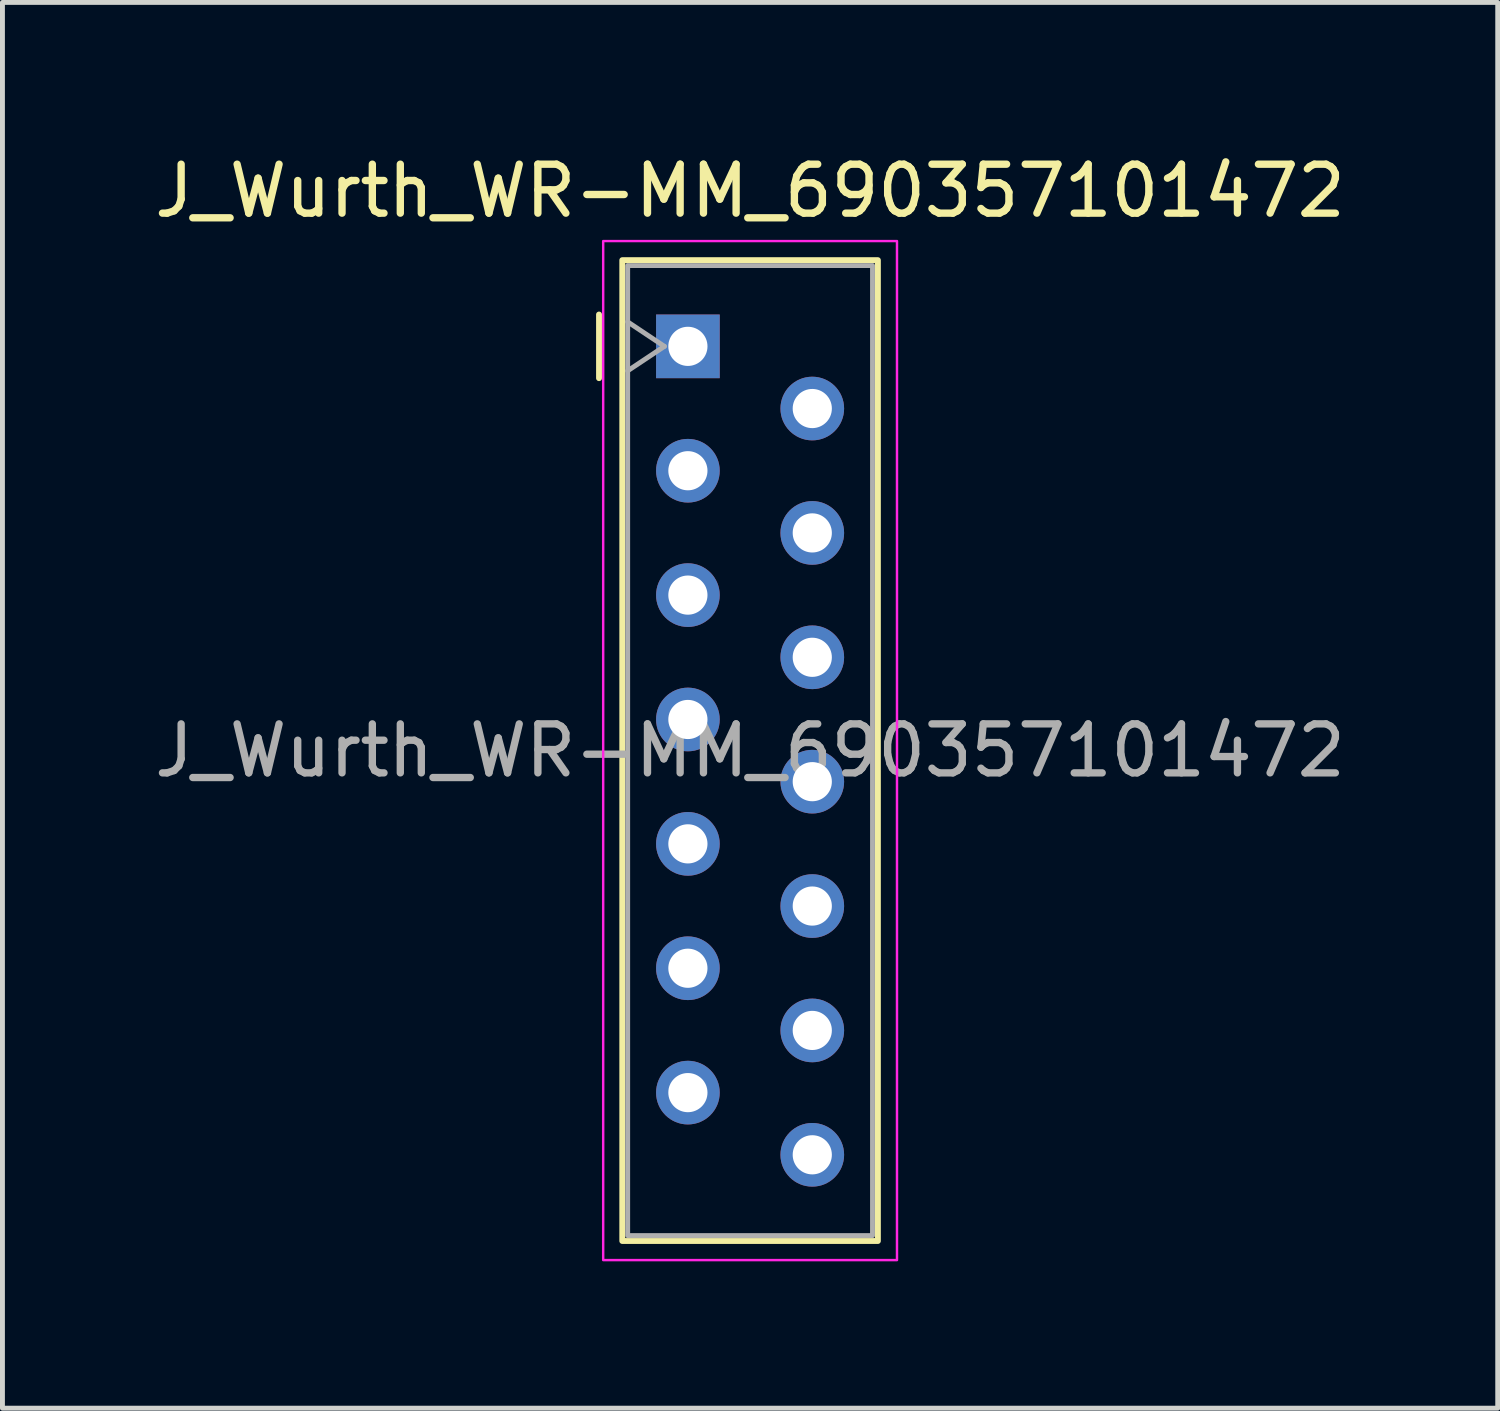
<source format=kicad_pcb>
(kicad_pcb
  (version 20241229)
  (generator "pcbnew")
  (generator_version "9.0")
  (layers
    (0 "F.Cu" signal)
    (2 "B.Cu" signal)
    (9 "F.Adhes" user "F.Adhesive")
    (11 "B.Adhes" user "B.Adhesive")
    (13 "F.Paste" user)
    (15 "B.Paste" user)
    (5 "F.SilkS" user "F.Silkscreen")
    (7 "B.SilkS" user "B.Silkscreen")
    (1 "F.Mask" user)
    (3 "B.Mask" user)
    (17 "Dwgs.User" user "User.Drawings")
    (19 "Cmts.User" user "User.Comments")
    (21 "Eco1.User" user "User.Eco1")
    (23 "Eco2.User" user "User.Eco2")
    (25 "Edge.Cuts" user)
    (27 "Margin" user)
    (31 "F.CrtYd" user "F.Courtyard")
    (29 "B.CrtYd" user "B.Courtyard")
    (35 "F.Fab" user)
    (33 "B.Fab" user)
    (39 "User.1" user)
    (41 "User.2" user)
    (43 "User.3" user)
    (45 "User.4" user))
  (footprint "J_Wurth_WR-MM_690357101472"
    (layer "F.Cu")
    (at 10.998 4.023)
    (property "Reference" "J_Wurth_WR-MM_690357101472" (at 1.27 -3.175 0) (unlocked yes) (layer "F.SilkS") (effects (font (size 1 1) (thickness 0.15))))
    (attr through_hole)
    (fp_line (start -1.815 -0.65) (end -1.815 0.65) (stroke (width 0.12) (type solid)) (layer "F.SilkS"))
    (fp_rect (start -1.34 -1.76) (end 3.88 18.27) (stroke (width 0.12) (type solid)) (fill no) (layer "F.SilkS"))
    (fp_rect (start -1.73 -2.15) (end 4.27 18.66) (stroke (width 0.05) (type solid)) (fill no) (layer "F.CrtYd"))
    (fp_line (start -0.48 0) (end -1.23 -0.5) (stroke (width 0.1) (type solid)) (layer "F.Fab"))
    (fp_line (start -0.48 0) (end -1.23 0.5) (stroke (width 0.1) (type solid)) (layer "F.Fab"))
    (fp_rect (start -1.23 -1.65) (end 3.77 18.16) (stroke (width 0.1) (type solid)) (fill no) (layer "F.Fab"))
    (fp_text user "${REFERENCE}" (at 1.27 8.255 0) (unlocked yes) (layer "F.Fab") (effects (font (size 1 1) (thickness 0.15))))
    (pad "1" thru_hole rect (at 0 0 90) (size 1.3 1.3) (drill 0.8) (layers "*.Cu" "*.Mask"))
    (pad "2" thru_hole circle (at 2.54 1.27 90) (size 1.3 1.3) (drill 0.8) (layers "*.Cu" "*.Mask"))
    (pad "3" thru_hole circle (at 0 2.54 90) (size 1.3 1.3) (drill 0.8) (layers "*.Cu" "*.Mask"))
    (pad "4" thru_hole circle (at 2.54 3.81 90) (size 1.3 1.3) (drill 0.8) (layers "*.Cu" "*.Mask"))
    (pad "5" thru_hole circle (at 0 5.08 90) (size 1.3 1.3) (drill 0.8) (layers "*.Cu" "*.Mask"))
    (pad "6" thru_hole circle (at 2.54 6.35 90) (size 1.3 1.3) (drill 0.8) (layers "*.Cu" "*.Mask"))
    (pad "7" thru_hole circle (at 0 7.62 90) (size 1.3 1.3) (drill 0.8) (layers "*.Cu" "*.Mask"))
    (pad "8" thru_hole circle (at 2.54 8.89 90) (size 1.3 1.3) (drill 0.8) (layers "*.Cu" "*.Mask"))
    (pad "9" thru_hole circle (at 0 10.16 90) (size 1.3 1.3) (drill 0.8) (layers "*.Cu" "*.Mask"))
    (pad "10" thru_hole circle (at 2.54 11.43 90) (size 1.3 1.3) (drill 0.8) (layers "*.Cu" "*.Mask"))
    (pad "11" thru_hole circle (at 0 12.7 90) (size 1.3 1.3) (drill 0.8) (layers "*.Cu" "*.Mask"))
    (pad "12" thru_hole circle (at 2.54 13.97 90) (size 1.3 1.3) (drill 0.8) (layers "*.Cu" "*.Mask"))
    (pad "13" thru_hole circle (at 0 15.24 90) (size 1.3 1.3) (drill 0.8) (layers "*.Cu" "*.Mask"))
    (pad "14" thru_hole circle (at 2.54 16.51 90) (size 1.3 1.3) (drill 0.8) (layers "*.Cu" "*.Mask")))
  (gr_rect
    (start -3 -3)
    (end 27.536 25.708)
    (stroke (width 0.1) (type default))
    (fill no)
    (layer "Edge.Cuts")))
</source>
